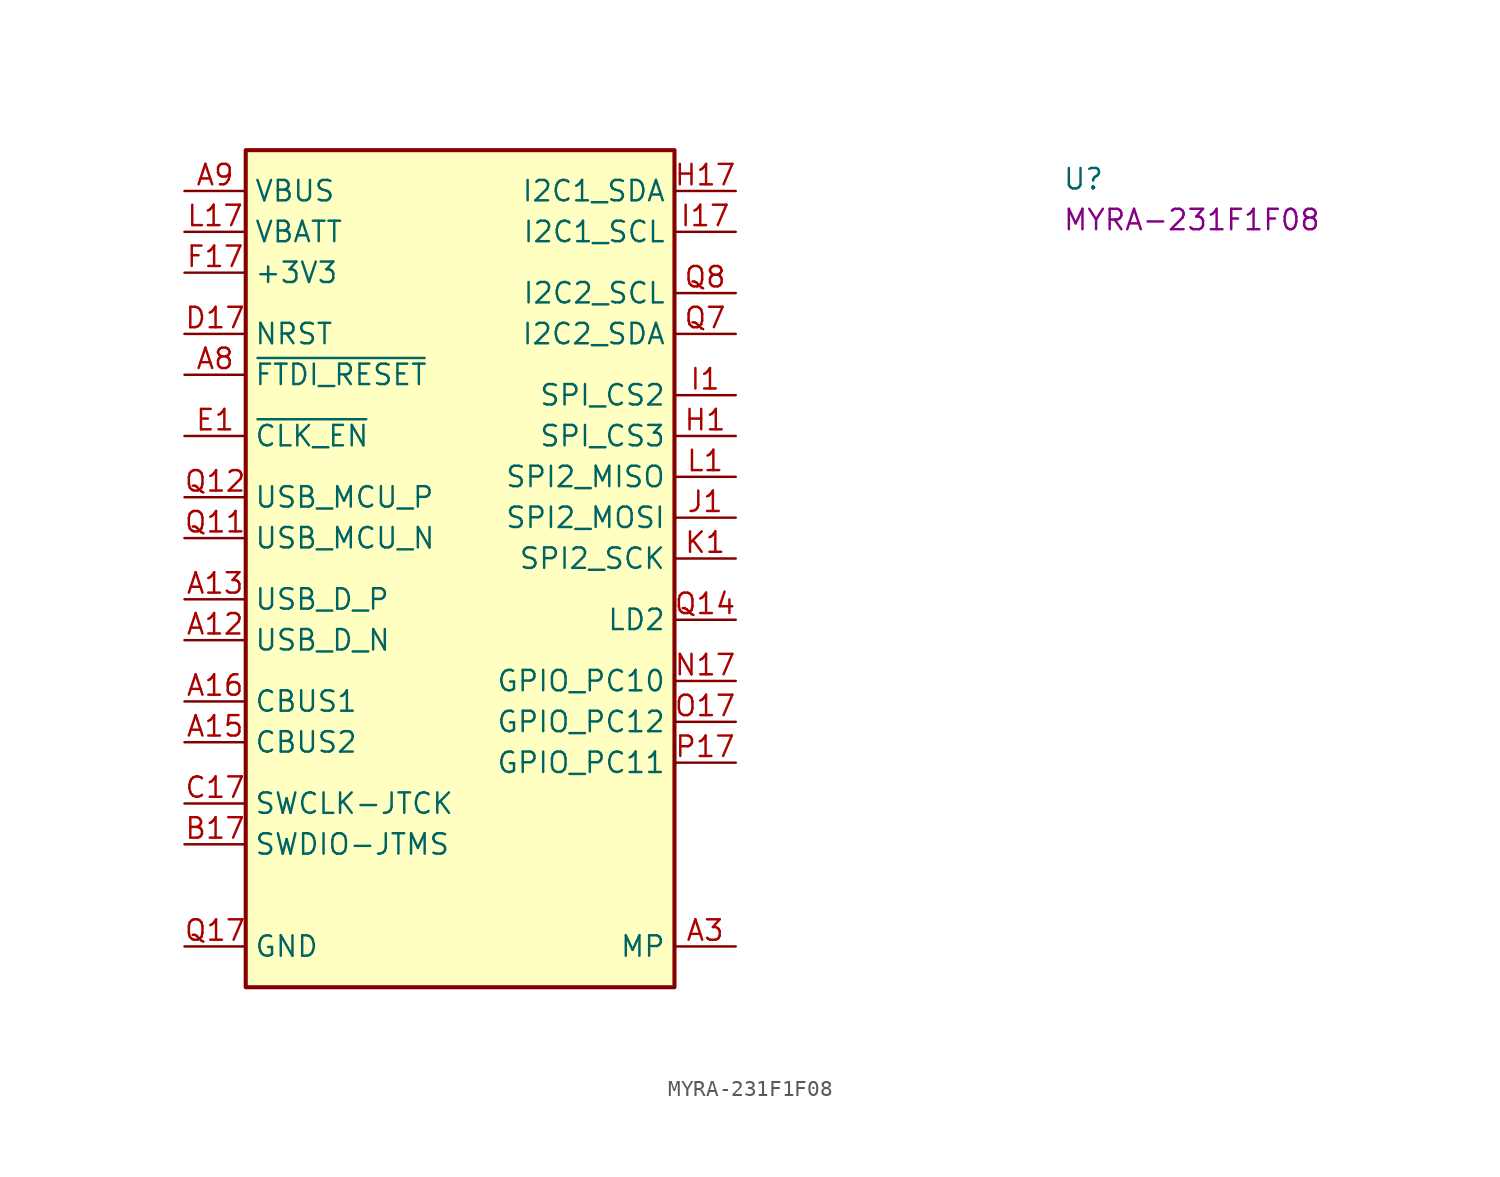
<source format=kicad_sym>
(kicad_symbol_lib
  (version 20220914)
  (generator kicad_symbol_editor)
  (symbol "MYRA-231F1F08"
    (property "Reference" "U"
      (at 54.61 0 0)
      (effects (font (size 1.27 1.27) (thickness 0.15)) (justify left bottom)))
    (property "MPN" "MYRA-231F1F08"
      (at 54.61 -2.54 0)
      (effects (font (size 1.27 1.27)) (justify left bottom)))
    (symbol "MYRA-231F1F08_1_1"
      (rectangle (start 3.81 2.54) (end 30.48 -49.53) (stroke (width 0.254) (type default)) (fill (type background)))
      (pin passive line (at 34.29 -46.99 180) (length 3.81) hide (name "MP" (effects (font (size 1.27 1.27)))) (number "A1" (effects (font (size 1.27 1.27)))))
      (pin passive line (at 0 0 0) (length 3.81) hide (name "VBUS" (effects (font (size 1.27 1.27)))) (number "A10" (effects (font (size 1.27 1.27)))))
      (pin passive line (at 0 -46.99 0) (length 3.81) hide (name "GND" (effects (font (size 1.27 1.27)))) (number "A11" (effects (font (size 1.27 1.27)))))
      (pin bidirectional line (at 0 -27.94 0) (length 3.81) (name "USB_D_N" (effects (font (size 1.27 1.27)))) (number "A12" (effects (font (size 1.27 1.27)))))
      (pin bidirectional line (at 0 -25.4 0) (length 3.81) (name "USB_D_P" (effects (font (size 1.27 1.27)))) (number "A13" (effects (font (size 1.27 1.27)))))
      (pin passive line (at 0 -46.99 0) (length 3.81) hide (name "GND" (effects (font (size 1.27 1.27)))) (number "A14" (effects (font (size 1.27 1.27)))))
      (pin bidirectional line (at 0 -34.29 0) (length 3.81) (name "CBUS2" (effects (font (size 1.27 1.27)))) (number "A15" (effects (font (size 1.27 1.27)))))
      (pin bidirectional line (at 0 -31.75 0) (length 3.81) (name "CBUS1" (effects (font (size 1.27 1.27)))) (number "A16" (effects (font (size 1.27 1.27)))))
      (pin passive line (at 0 -46.99 0) (length 3.81) hide (name "GND" (effects (font (size 1.27 1.27)))) (number "A17" (effects (font (size 1.27 1.27)))))
      (pin passive line (at 34.29 -46.99 180) (length 3.81) hide (name "MP" (effects (font (size 1.27 1.27)))) (number "A2" (effects (font (size 1.27 1.27)))))
      (pin passive line (at 34.29 -46.99 180) (length 3.81) (name "MP" (effects (font (size 1.27 1.27)))) (number "A3" (effects (font (size 1.27 1.27)))))
      (pin passive line (at 34.29 -46.99 180) (length 3.81) hide (name "MP" (effects (font (size 1.27 1.27)))) (number "A4" (effects (font (size 1.27 1.27)))))
      (pin passive line (at 34.29 -46.99 180) (length 3.81) hide (name "MP" (effects (font (size 1.27 1.27)))) (number "A5" (effects (font (size 1.27 1.27)))))
      (pin passive line (at 34.29 -46.99 180) (length 3.81) hide (name "MP" (effects (font (size 1.27 1.27)))) (number "A6" (effects (font (size 1.27 1.27)))))
      (pin passive line (at 0 -46.99 0) (length 3.81) hide (name "GND" (effects (font (size 1.27 1.27)))) (number "A7" (effects (font (size 1.27 1.27)))))
      (pin passive line (at 0 -11.43 0) (length 3.81) (name "~{FTDI_RESET}" (effects (font (size 1.27 1.27)))) (number "A8" (effects (font (size 1.27 1.27)))))
      (pin power_in line (at 0 0 0) (length 3.81) (name "VBUS" (effects (font (size 1.27 1.27)))) (number "A9" (effects (font (size 1.27 1.27)))))
      (pin passive line (at 34.29 -46.99 180) (length 3.81) hide (name "MP" (effects (font (size 1.27 1.27)))) (number "B1" (effects (font (size 1.27 1.27)))))
      (pin bidirectional line (at 0 -40.64 0) (length 3.81) (name "SWDIO-JTMS" (effects (font (size 1.27 1.27)))) (number "B17" (effects (font (size 1.27 1.27)))))
      (pin passive line (at 34.29 -46.99 180) (length 3.81) hide (name "MP" (effects (font (size 1.27 1.27)))) (number "C1" (effects (font (size 1.27 1.27)))))
      (pin input line (at 0 -38.1 0) (length 3.81) (name "SWCLK-JTCK" (effects (font (size 1.27 1.27)))) (number "C17" (effects (font (size 1.27 1.27)))))
      (pin passive line (at 0 -46.99 0) (length 3.81) hide (name "GND" (effects (font (size 1.27 1.27)))) (number "D1" (effects (font (size 1.27 1.27)))))
      (pin passive line (at 0 -8.89 0) (length 3.81) (name "NRST" (effects (font (size 1.27 1.27)))) (number "D17" (effects (font (size 1.27 1.27)))))
      (pin passive line (at 0 -15.24 0) (length 3.81) (name "~{CLK_EN}" (effects (font (size 1.27 1.27)))) (number "E1" (effects (font (size 1.27 1.27)))))
      (pin passive line (at 0 -46.99 0) (length 3.81) hide (name "GND" (effects (font (size 1.27 1.27)))) (number "E17" (effects (font (size 1.27 1.27)))))
      (pin passive line (at 0 -46.99 0) (length 3.81) hide (name "GND" (effects (font (size 1.27 1.27)))) (number "F1" (effects (font (size 1.27 1.27)))))
      (pin power_out line (at 0 -5.08 0) (length 3.81) (name "+3V3" (effects (font (size 1.27 1.27)))) (number "F17" (effects (font (size 1.27 1.27)))))
      (pin passive line (at 0 -46.99 0) (length 3.81) hide (name "GND" (effects (font (size 1.27 1.27)))) (number "G1" (effects (font (size 1.27 1.27)))))
      (pin passive line (at 0 -46.99 0) (length 3.81) hide (name "GND" (effects (font (size 1.27 1.27)))) (number "G17" (effects (font (size 1.27 1.27)))))
      (pin output line (at 34.29 -15.24 180) (length 3.81) (name "SPI_CS3" (effects (font (size 1.27 1.27)))) (number "H1" (effects (font (size 1.27 1.27)))))
      (pin open_collector line (at 34.29 0 180) (length 3.81) (name "I2C1_SDA" (effects (font (size 1.27 1.27)))) (number "H17" (effects (font (size 1.27 1.27)))))
      (pin output line (at 34.29 -12.7 180) (length 3.81) (name "SPI_CS2" (effects (font (size 1.27 1.27)))) (number "I1" (effects (font (size 1.27 1.27)))))
      (pin open_collector line (at 34.29 -2.54 180) (length 3.81) (name "I2C1_SCL" (effects (font (size 1.27 1.27)))) (number "I17" (effects (font (size 1.27 1.27)))))
      (pin bidirectional line (at 34.29 -20.32 180) (length 3.81) (name "SPI2_MOSI" (effects (font (size 1.27 1.27)))) (number "J1" (effects (font (size 1.27 1.27)))))
      (pin passive line (at 0 -46.99 0) (length 3.81) hide (name "GND" (effects (font (size 1.27 1.27)))) (number "J17" (effects (font (size 1.27 1.27)))))
      (pin bidirectional line (at 34.29 -22.86 180) (length 3.81) (name "SPI2_SCK" (effects (font (size 1.27 1.27)))) (number "K1" (effects (font (size 1.27 1.27)))))
      (pin passive line (at 0 -46.99 0) (length 3.81) hide (name "GND" (effects (font (size 1.27 1.27)))) (number "K17" (effects (font (size 1.27 1.27)))))
      (pin bidirectional line (at 34.29 -17.78 180) (length 3.81) (name "SPI2_MISO" (effects (font (size 1.27 1.27)))) (number "L1" (effects (font (size 1.27 1.27)))))
      (pin power_in line (at 0 -2.54 0) (length 3.81) (name "VBATT" (effects (font (size 1.27 1.27)))) (number "L17" (effects (font (size 1.27 1.27)))))
      (pin passive line (at 0 -46.99 0) (length 3.81) hide (name "GND" (effects (font (size 1.27 1.27)))) (number "M1" (effects (font (size 1.27 1.27)))))
      (pin passive line (at 0 -46.99 0) (length 3.81) hide (name "GND" (effects (font (size 1.27 1.27)))) (number "M17" (effects (font (size 1.27 1.27)))))
      (pin no_connect line (at 30.48 -43.18 180) (length 3.81) hide (name "" (effects (font (size 1.27 1.27)))) (number "N1" (effects (font (size 1.27 1.27)))))
      (pin bidirectional line (at 34.29 -30.48 180) (length 3.81) (name "GPIO_PC10" (effects (font (size 1.27 1.27)))) (number "N17" (effects (font (size 1.27 1.27)))))
      (pin no_connect line (at 3.81 -43.18 0) (length 3.81) hide (name "" (effects (font (size 1.27 1.27)))) (number "O1" (effects (font (size 1.27 1.27)))))
      (pin bidirectional line (at 34.29 -33.02 180) (length 3.81) (name "GPIO_PC12" (effects (font (size 1.27 1.27)))) (number "O17" (effects (font (size 1.27 1.27)))))
      (pin no_connect line (at 3.81 -44.45 0) (length 3.81) hide (name "" (effects (font (size 1.27 1.27)))) (number "P1" (effects (font (size 1.27 1.27)))))
      (pin bidirectional line (at 34.29 -35.56 180) (length 3.81) (name "GPIO_PC11" (effects (font (size 1.27 1.27)))) (number "P17" (effects (font (size 1.27 1.27)))))
      (pin no_connect line (at 30.48 -38.1 180) (length 3.81) hide (name "" (effects (font (size 1.27 1.27)))) (number "Q1" (effects (font (size 1.27 1.27)))))
      (pin passive line (at 0 -46.99 0) (length 3.81) hide (name "GND" (effects (font (size 1.27 1.27)))) (number "Q10" (effects (font (size 1.27 1.27)))))
      (pin bidirectional line (at 0 -21.59 0) (length 3.81) (name "USB_MCU_N" (effects (font (size 1.27 1.27)))) (number "Q11" (effects (font (size 1.27 1.27)))))
      (pin bidirectional line (at 0 -19.05 0) (length 3.81) (name "USB_MCU_P" (effects (font (size 1.27 1.27)))) (number "Q12" (effects (font (size 1.27 1.27)))))
      (pin passive line (at 0 -46.99 0) (length 3.81) hide (name "GND" (effects (font (size 1.27 1.27)))) (number "Q13" (effects (font (size 1.27 1.27)))))
      (pin output line (at 34.29 -26.67 180) (length 3.81) (name "LD2" (effects (font (size 1.27 1.27)))) (number "Q14" (effects (font (size 1.27 1.27)))))
      (pin passive line (at 0 -46.99 0) (length 3.81) hide (name "GND" (effects (font (size 1.27 1.27)))) (number "Q15" (effects (font (size 1.27 1.27)))))
      (pin passive line (at 0 -46.99 0) (length 3.81) hide (name "GND" (effects (font (size 1.27 1.27)))) (number "Q16" (effects (font (size 1.27 1.27)))))
      (pin power_in line (at 0 -46.99 0) (length 3.81) (name "GND" (effects (font (size 1.27 1.27)))) (number "Q17" (effects (font (size 1.27 1.27)))))
      (pin no_connect line (at 30.48 -39.37 180) (length 3.81) hide (name "" (effects (font (size 1.27 1.27)))) (number "Q2" (effects (font (size 1.27 1.27)))))
      (pin no_connect line (at 30.48 -40.64 180) (length 3.81) hide (name "" (effects (font (size 1.27 1.27)))) (number "Q3" (effects (font (size 1.27 1.27)))))
      (pin no_connect line (at 30.48 -41.91 180) (length 3.81) hide (name "" (effects (font (size 1.27 1.27)))) (number "Q4" (effects (font (size 1.27 1.27)))))
      (pin passive line (at 0 -46.99 0) (length 3.81) hide (name "GND" (effects (font (size 1.27 1.27)))) (number "Q5" (effects (font (size 1.27 1.27)))))
      (pin passive line (at 0 -5.08 0) (length 3.81) hide (name "+3V3" (effects (font (size 1.27 1.27)))) (number "Q6" (effects (font (size 1.27 1.27)))))
      (pin open_collector line (at 34.29 -8.89 180) (length 3.81) (name "I2C2_SDA" (effects (font (size 1.27 1.27)))) (number "Q7" (effects (font (size 1.27 1.27)))))
      (pin open_collector line (at 34.29 -6.35 180) (length 3.81) (name "I2C2_SCL" (effects (font (size 1.27 1.27)))) (number "Q8" (effects (font (size 1.27 1.27)))))
      (pin passive line (at 0 -46.99 0) (length 3.81) hide (name "GND" (effects (font (size 1.27 1.27)))) (number "Q9" (effects (font (size 1.27 1.27))))))))
</source>
